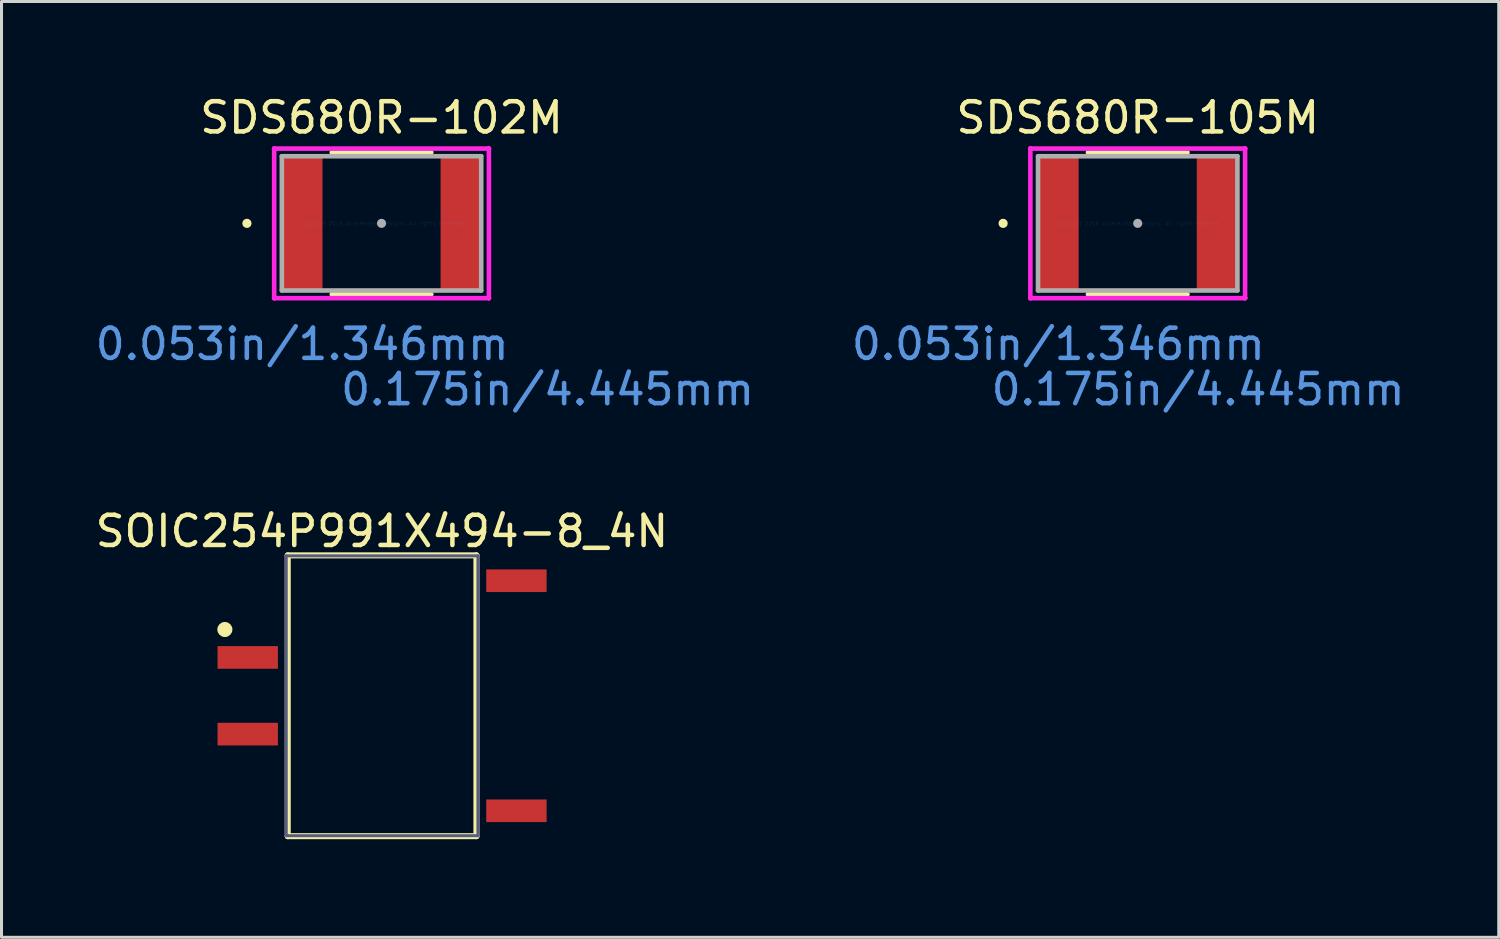
<source format=kicad_pcb>
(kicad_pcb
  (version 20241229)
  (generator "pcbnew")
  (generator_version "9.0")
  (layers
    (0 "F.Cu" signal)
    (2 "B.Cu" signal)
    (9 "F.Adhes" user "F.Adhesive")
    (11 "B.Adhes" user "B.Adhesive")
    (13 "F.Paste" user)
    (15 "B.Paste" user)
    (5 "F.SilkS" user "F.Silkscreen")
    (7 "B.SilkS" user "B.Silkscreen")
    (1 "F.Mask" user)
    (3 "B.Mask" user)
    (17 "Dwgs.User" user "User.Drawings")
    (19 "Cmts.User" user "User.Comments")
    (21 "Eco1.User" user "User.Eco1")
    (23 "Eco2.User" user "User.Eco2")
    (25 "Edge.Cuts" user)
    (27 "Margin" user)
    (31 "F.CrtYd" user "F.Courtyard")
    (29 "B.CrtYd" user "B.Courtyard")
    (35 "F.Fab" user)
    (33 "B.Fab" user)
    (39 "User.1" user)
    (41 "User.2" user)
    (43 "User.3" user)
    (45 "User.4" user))
  (footprint "SDS680R-105M"
    (layer "F.Cu")
    (at 34.633 4.348)
    (property "Reference" "SDS680R-105M" (at 0 -3.5 0) (layer "F.SilkS") (effects (font (size 1 1) (thickness 0.15))))
    (attr through_hole)
    (fp_line (start -1.648 2.349) (end 1.648 2.349) (stroke (width 0.152) (type solid)) (layer "F.SilkS"))
    (fp_line (start 1.648 -2.349) (end -1.648 -2.349) (stroke (width 0.152) (type solid)) (layer "F.SilkS"))
    (fp_circle (center -4.458 0) (end -4.381 0) (stroke (width 0.152) (type solid)) (fill no) (layer "F.SilkS"))
    (fp_line (start -3.556 -2.477) (end -3.556 -2.477) (stroke (width 0.152) (type solid)) (layer "F.CrtYd"))
    (fp_line (start -3.556 -2.477) (end -3.556 -2.477) (stroke (width 0.152) (type solid)) (layer "F.CrtYd"))
    (fp_line (start -3.556 -2.477) (end 3.556 -2.477) (stroke (width 0.152) (type solid)) (layer "F.CrtYd"))
    (fp_line (start -3.556 2.477) (end -3.556 -2.477) (stroke (width 0.152) (type solid)) (layer "F.CrtYd"))
    (fp_line (start -3.556 2.477) (end -3.556 2.477) (stroke (width 0.152) (type solid)) (layer "F.CrtYd"))
    (fp_line (start -3.556 2.477) (end -3.556 2.477) (stroke (width 0.152) (type solid)) (layer "F.CrtYd"))
    (fp_line (start 3.556 -2.477) (end 3.556 -2.477) (stroke (width 0.152) (type solid)) (layer "F.CrtYd"))
    (fp_line (start 3.556 -2.477) (end 3.556 -2.477) (stroke (width 0.152) (type solid)) (layer "F.CrtYd"))
    (fp_line (start 3.556 -2.477) (end 3.556 2.477) (stroke (width 0.152) (type solid)) (layer "F.CrtYd"))
    (fp_line (start 3.556 2.477) (end -3.556 2.477) (stroke (width 0.152) (type solid)) (layer "F.CrtYd"))
    (fp_line (start 3.556 2.477) (end 3.556 2.477) (stroke (width 0.152) (type solid)) (layer "F.CrtYd"))
    (fp_line (start 3.556 2.477) (end 3.556 2.477) (stroke (width 0.152) (type solid)) (layer "F.CrtYd"))
    (fp_line (start -3.302 -2.223) (end -3.302 2.223) (stroke (width 0.152) (type solid)) (layer "F.Fab"))
    (fp_line (start -3.302 2.223) (end 3.302 2.223) (stroke (width 0.152) (type solid)) (layer "F.Fab"))
    (fp_line (start 3.302 -2.223) (end -3.302 -2.223) (stroke (width 0.152) (type solid)) (layer "F.Fab"))
    (fp_line (start 3.302 2.223) (end 3.302 -2.223) (stroke (width 0.152) (type solid)) (layer "F.Fab"))
    (fp_circle (center 0 0) (end 0.076 0) (stroke (width 0.152) (type solid)) (fill no) (layer "F.Fab"))
    (fp_text user "0.175in/4.445mm" (at 2 5.5 0) (layer "Cmts.User") (effects (font (size 1 1) (thickness 0.15))))
    (fp_text user "0.053in/1.346mm" (at -2.629 4 0) (layer "Cmts.User") (effects (font (size 1 1) (thickness 0.15))))
    (fp_text user "Copyright 2016 Accelerated Designs. All rights reserved." (at 0 0 0) (layer "Cmts.User") (effects (font (size 0.127 0.127) (thickness 0.002))))
    (pad "1" smd rect (at -2.629 0) (size 1.346 4.445) (layers "F.Cu" "F.Mask" "F.Paste"))
    (pad "2" smd rect (at 2.629 0) (size 1.346 4.445) (layers "F.Cu" "F.Mask" "F.Paste")))
  (footprint "SOIC254P991X494-8_4N"
    (layer "F.Cu")
    (at 9.605 19.995)
    (property "Reference" "SOIC254P991X494-8_4N" (at -0.004 -5.45 0) (layer "F.SilkS") (effects (font (size 1 1) (thickness 0.15))))
    (fp_line (start -3.125 -4.65) (end 3.125 -4.65) (stroke (width 0.2) (type solid)) (layer "F.SilkS"))
    (fp_line (start -3.125 4.65) (end -3.125 -4.65) (stroke (width 0.2) (type solid)) (layer "F.SilkS"))
    (fp_line (start -3.125 4.65) (end 3.125 4.65) (stroke (width 0.2) (type solid)) (layer "F.SilkS"))
    (fp_line (start 3.125 4.65) (end 3.125 -4.65) (stroke (width 0.2) (type solid)) (layer "F.SilkS"))
    (fp_circle (center -5.207 -2.195) (end -5.207 -2.32) (stroke (width 0.25) (type solid)) (fill no) (layer "F.SilkS"))
    (fp_line (start -5.7 -4.95) (end 5.7 -4.95) (stroke (width 0.1) (type solid)) (layer "Eco2.User"))
    (fp_line (start -5.7 4.95) (end -5.7 -4.95) (stroke (width 0.1) (type solid)) (layer "Eco2.User"))
    (fp_line (start -5.7 4.95) (end 5.7 4.95) (stroke (width 0.1) (type solid)) (layer "Eco2.User"))
    (fp_line (start -0.5 0) (end 0.5 0) (stroke (width 0.1) (type solid)) (layer "Eco2.User"))
    (fp_line (start 0 0.5) (end 0 -0.5) (stroke (width 0.1) (type solid)) (layer "Eco2.User"))
    (fp_line (start 5.7 4.95) (end 5.7 -4.95) (stroke (width 0.1) (type solid)) (layer "Eco2.User"))
    (fp_line (start -3.175 -4.635) (end 3.175 -4.635) (stroke (width 0.1) (type solid)) (layer "B.Fab"))
    (fp_line (start -3.175 4.635) (end -3.175 -4.635) (stroke (width 0.1) (type solid)) (layer "B.Fab"))
    (fp_line (start -3.175 4.635) (end 3.175 4.635) (stroke (width 0.1) (type solid)) (layer "B.Fab"))
    (fp_line (start 3.175 4.635) (end 3.175 -4.635) (stroke (width 0.1) (type solid)) (layer "B.Fab"))
    (fp_text user "${REFERENCE}" (at 0.5 -0.5 0) (unlocked yes) (layer "User.3") (effects (font (face "Arial") (size 0.756 0.756) (thickness 0.2)) (justify left bottom)))
    (pad "2" smd rect (at -4.45 -1.27) (size 2 0.75) (layers "F.Cu" "F.Mask" "F.Paste"))
    (pad "3" smd rect (at -4.45 1.27) (size 2 0.75) (layers "F.Cu" "F.Mask" "F.Paste"))
    (pad "5" smd rect (at 4.45 3.81) (size 2 0.75) (layers "F.Cu" "F.Mask" "F.Paste"))
    (pad "8" smd rect (at 4.45 -3.81) (size 2 0.75) (layers "F.Cu" "F.Mask" "F.Paste")))
  (footprint "SDS680R-102M"
    (layer "F.Cu")
    (at 9.587 4.348)
    (property "Reference" "SDS680R-102M" (at 0 -3.5 0) (layer "F.SilkS") (effects (font (size 1 1) (thickness 0.15))))
    (attr through_hole)
    (fp_line (start -1.648 2.349) (end 1.648 2.349) (stroke (width 0.152) (type solid)) (layer "F.SilkS"))
    (fp_line (start 1.648 -2.349) (end -1.648 -2.349) (stroke (width 0.152) (type solid)) (layer "F.SilkS"))
    (fp_circle (center -4.458 0) (end -4.381 0) (stroke (width 0.152) (type solid)) (fill no) (layer "F.SilkS"))
    (fp_line (start -3.556 -2.477) (end -3.556 -2.477) (stroke (width 0.152) (type solid)) (layer "F.CrtYd"))
    (fp_line (start -3.556 -2.477) (end -3.556 -2.477) (stroke (width 0.152) (type solid)) (layer "F.CrtYd"))
    (fp_line (start -3.556 -2.477) (end 3.556 -2.477) (stroke (width 0.152) (type solid)) (layer "F.CrtYd"))
    (fp_line (start -3.556 2.477) (end -3.556 -2.477) (stroke (width 0.152) (type solid)) (layer "F.CrtYd"))
    (fp_line (start -3.556 2.477) (end -3.556 2.477) (stroke (width 0.152) (type solid)) (layer "F.CrtYd"))
    (fp_line (start -3.556 2.477) (end -3.556 2.477) (stroke (width 0.152) (type solid)) (layer "F.CrtYd"))
    (fp_line (start 3.556 -2.477) (end 3.556 -2.477) (stroke (width 0.152) (type solid)) (layer "F.CrtYd"))
    (fp_line (start 3.556 -2.477) (end 3.556 -2.477) (stroke (width 0.152) (type solid)) (layer "F.CrtYd"))
    (fp_line (start 3.556 -2.477) (end 3.556 2.477) (stroke (width 0.152) (type solid)) (layer "F.CrtYd"))
    (fp_line (start 3.556 2.477) (end -3.556 2.477) (stroke (width 0.152) (type solid)) (layer "F.CrtYd"))
    (fp_line (start 3.556 2.477) (end 3.556 2.477) (stroke (width 0.152) (type solid)) (layer "F.CrtYd"))
    (fp_line (start 3.556 2.477) (end 3.556 2.477) (stroke (width 0.152) (type solid)) (layer "F.CrtYd"))
    (fp_line (start -3.302 -2.223) (end -3.302 2.223) (stroke (width 0.152) (type solid)) (layer "F.Fab"))
    (fp_line (start -3.302 2.223) (end 3.302 2.223) (stroke (width 0.152) (type solid)) (layer "F.Fab"))
    (fp_line (start 3.302 -2.223) (end -3.302 -2.223) (stroke (width 0.152) (type solid)) (layer "F.Fab"))
    (fp_line (start 3.302 2.223) (end 3.302 -2.223) (stroke (width 0.152) (type solid)) (layer "F.Fab"))
    (fp_circle (center 0 0) (end 0.076 0) (stroke (width 0.152) (type solid)) (fill no) (layer "F.Fab"))
    (fp_text user "0.053in/1.346mm" (at -2.629 4 0) (layer "Cmts.User") (effects (font (size 1 1) (thickness 0.15))))
    (fp_text user "0.175in/4.445mm" (at 5.5 5.5 0) (layer "Cmts.User") (effects (font (size 1 1) (thickness 0.15))))
    (fp_text user "Copyright 2016 Accelerated Designs. All rights reserved." (at 0 0 0) (layer "Cmts.User") (effects (font (size 0.127 0.127) (thickness 0.002))))
    (pad "1" smd rect (at -2.629 0) (size 1.346 4.445) (layers "F.Cu" "F.Mask" "F.Paste"))
    (pad "2" smd rect (at 2.629 0) (size 1.346 4.445) (layers "F.Cu" "F.Mask" "F.Paste")))
  (gr_rect
    (start -3 -3)
    (end 46.591 27.995)
    (stroke (width 0.1) (type default))
    (fill no)
    (layer "Edge.Cuts")))
</source>
